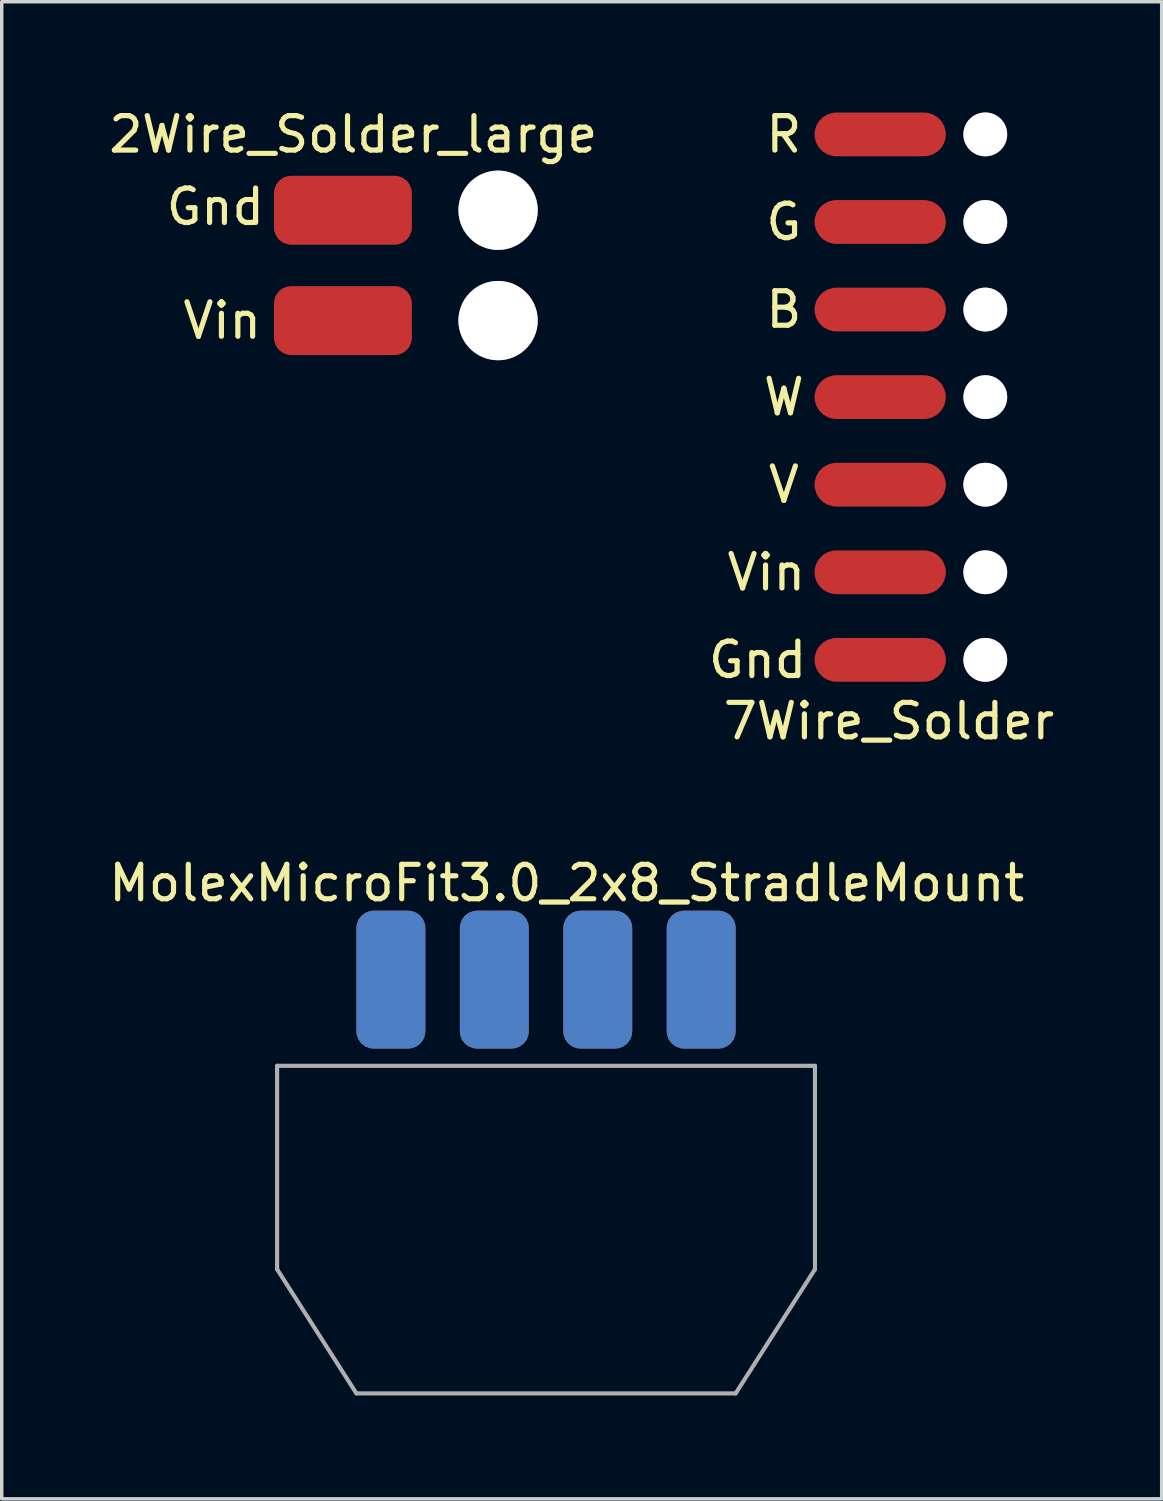
<source format=kicad_pcb>
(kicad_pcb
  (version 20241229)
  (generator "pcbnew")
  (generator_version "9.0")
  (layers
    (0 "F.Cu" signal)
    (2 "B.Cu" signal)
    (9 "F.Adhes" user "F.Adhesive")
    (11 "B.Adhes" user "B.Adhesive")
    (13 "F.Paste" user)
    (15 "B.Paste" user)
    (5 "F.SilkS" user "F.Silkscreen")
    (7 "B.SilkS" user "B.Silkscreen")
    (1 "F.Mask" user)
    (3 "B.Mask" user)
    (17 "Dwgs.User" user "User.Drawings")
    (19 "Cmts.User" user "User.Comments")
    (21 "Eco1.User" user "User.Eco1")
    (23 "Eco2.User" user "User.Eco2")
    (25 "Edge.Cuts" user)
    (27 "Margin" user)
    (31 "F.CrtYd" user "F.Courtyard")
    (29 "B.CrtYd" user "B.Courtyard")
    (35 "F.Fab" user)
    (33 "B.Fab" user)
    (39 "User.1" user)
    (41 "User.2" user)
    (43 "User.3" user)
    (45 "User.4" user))
  (footprint "MolexMicroFit3.0_2x8_StradleMount"
    (layer "F.Cu")
    (at 8.287 27.863)
    (property "Reference" "MolexMicroFit3.0_2x8_StradleMount" (at 5.1 -5.3 0) (layer "F.SilkS") (effects (font (size 1 1) (thickness 0.15))))
    (attr through_hole)
    (fp_line (start -3.3 5.9) (end -3.3 0) (stroke (width 0.12) (type solid)) (layer "F.Fab"))
    (fp_line (start -3.3 5.9) (end -1 9.5) (stroke (width 0.12) (type solid)) (layer "F.Fab"))
    (fp_line (start 10 9.5) (end -1 9.5) (stroke (width 0.12) (type solid)) (layer "F.Fab"))
    (fp_line (start 10 9.5) (end 12.3 5.9) (stroke (width 0.12) (type solid)) (layer "F.Fab"))
    (fp_line (start 12.3 0) (end -3.3 0) (stroke (width 0.12) (type solid)) (layer "F.Fab"))
    (fp_line (start 12.3 5.9) (end 12.3 0) (stroke (width 0.12) (type solid)) (layer "F.Fab"))
    (pad "1" connect roundrect (at 9 -2.5) (size 2 4) (layers "B.Cu" "B.Mask") (roundrect_rratio 0.25))
    (pad "2" connect roundrect (at 6 -2.5) (size 2 4) (layers "B.Cu" "B.Mask") (roundrect_rratio 0.25))
    (pad "3" connect roundrect (at 3 -2.5) (size 2 4) (layers "B.Cu" "B.Mask") (roundrect_rratio 0.25))
    (pad "4" connect roundrect (at 0 -2.5) (size 2 4) (layers "B.Cu" "B.Mask") (roundrect_rratio 0.25))
    (pad "5" connect roundrect (at 9 -2.5) (size 2 4) (layers "F.Cu" "F.Mask") (roundrect_rratio 0.25))
    (pad "6" connect roundrect (at 6 -2.5) (size 2 4) (layers "F.Cu" "F.Mask") (roundrect_rratio 0.25))
    (pad "7" connect roundrect (at 3 -2.5) (size 2 4) (layers "F.Cu" "F.Mask") (roundrect_rratio 0.25))
    (pad "8" connect roundrect (at 0 -2.5) (size 2 4) (layers "F.Cu" "F.Mask") (roundrect_rratio 0.25)))
  (footprint "2Wire_Solder_large"
    (layer "F.Cu")
    (at 6.896 6.248)
    (property "Reference" "2Wire_Solder_large" (at 0.3 -5.4 0) (layer "F.SilkS") (effects (font (size 1 1) (thickness 0.15))))
    (attr through_hole)
    (fp_text user "Vin" (at -3.5 0 0) (layer "F.SilkS") (effects (font (size 1 1) (thickness 0.15))))
    (fp_text user "Gnd" (at -3.7 -3.3 0) (layer "F.SilkS") (effects (font (size 1 1) (thickness 0.15))))
    (pad "" thru_hole circle (at 4.5 -3.2 90) (size 2.3 2.3) (drill 2.3) (layers "*.Cu" "*.Mask"))
    (pad "" thru_hole circle (at 4.5 0 90) (size 2.3 2.3) (drill 2.3) (layers "*.Cu" "*.Mask"))
    (pad "1" smd roundrect (at 0 -3.2 90) (size 2 4) (layers "F.Cu" "F.Mask" "F.Paste") (roundrect_rratio 0.25))
    (pad "2" smd roundrect (at 0 0 90) (size 2 4) (layers "F.Cu" "F.Mask" "F.Paste") (roundrect_rratio 0.25)))
  (footprint "7Wire_Solder"
    (layer "F.Cu")
    (at 22.479 0.848)
    (property "Reference" "7Wire_Solder" (at 0.254 17.018 0) (layer "F.SilkS") (effects (font (size 1 1) (thickness 0.15))))
    (attr through_hole)
    (fp_text user "B" (at -2.794 5.08 0) (layer "F.SilkS") (effects (font (size 1 1) (thickness 0.15))))
    (fp_text user "V" (at -2.794 10.16 0) (layer "F.SilkS") (effects (font (size 1 1) (thickness 0.15))))
    (fp_text user "R" (at -2.794 0 0) (layer "F.SilkS") (effects (font (size 1 1) (thickness 0.15))))
    (fp_text user "Gnd" (at -3.556 15.24 0) (layer "F.SilkS") (effects (font (size 1 1) (thickness 0.15))))
    (fp_text user "G" (at -2.794 2.54 0) (layer "F.SilkS") (effects (font (size 1 1) (thickness 0.15))))
    (fp_text user "Vin" (at -3.302 12.7 0) (layer "F.SilkS") (effects (font (size 1 1) (thickness 0.15))))
    (fp_text user "W" (at -2.794 7.62 0) (layer "F.SilkS") (effects (font (size 1 1) (thickness 0.15))))
    (pad "" thru_hole circle (at 3.048 0 90) (size 1.27 1.27) (drill 1.27) (layers "*.Cu" "*.Mask"))
    (pad "" thru_hole circle (at 3.048 2.54 90) (size 1.27 1.27) (drill 1.27) (layers "*.Cu" "*.Mask"))
    (pad "" thru_hole circle (at 3.048 5.08 90) (size 1.27 1.27) (drill 1.27) (layers "*.Cu" "*.Mask"))
    (pad "" thru_hole circle (at 3.048 7.62 90) (size 1.27 1.27) (drill 1.27) (layers "*.Cu" "*.Mask"))
    (pad "" thru_hole circle (at 3.048 10.16 90) (size 1.27 1.27) (drill 1.27) (layers "*.Cu" "*.Mask"))
    (pad "" thru_hole circle (at 3.048 12.7 90) (size 1.27 1.27) (drill 1.27) (layers "*.Cu" "*.Mask"))
    (pad "" thru_hole circle (at 3.048 15.24 90) (size 1.27 1.27) (drill 1.27) (layers "*.Cu" "*.Mask"))
    (pad "1" smd roundrect (at 0 0 90) (size 1.27 3.81) (layers "F.Cu" "F.Mask" "F.Paste") (roundrect_rratio 0.5))
    (pad "2" smd roundrect (at 0 2.54 90) (size 1.27 3.81) (layers "F.Cu" "F.Mask" "F.Paste") (roundrect_rratio 0.5))
    (pad "3" smd roundrect (at 0 5.08 90) (size 1.27 3.81) (layers "F.Cu" "F.Mask" "F.Paste") (roundrect_rratio 0.5))
    (pad "4" smd roundrect (at 0 7.62 90) (size 1.27 3.81) (layers "F.Cu" "F.Mask" "F.Paste") (roundrect_rratio 0.5))
    (pad "5" smd roundrect (at 0 10.16 90) (size 1.27 3.81) (layers "F.Cu" "F.Mask" "F.Paste") (roundrect_rratio 0.5))
    (pad "6" smd roundrect (at 0 12.7 90) (size 1.27 3.81) (layers "F.Cu" "F.Mask" "F.Paste") (roundrect_rratio 0.5))
    (pad "7" smd roundrect (at 0 15.24 90) (size 1.27 3.81) (layers "F.Cu" "F.Mask" "F.Paste") (roundrect_rratio 0.5)))
  (gr_rect
    (start -3 -3)
    (end 30.643 40.423)
    (stroke (width 0.1) (type default))
    (fill no)
    (layer "Edge.Cuts")))
</source>
